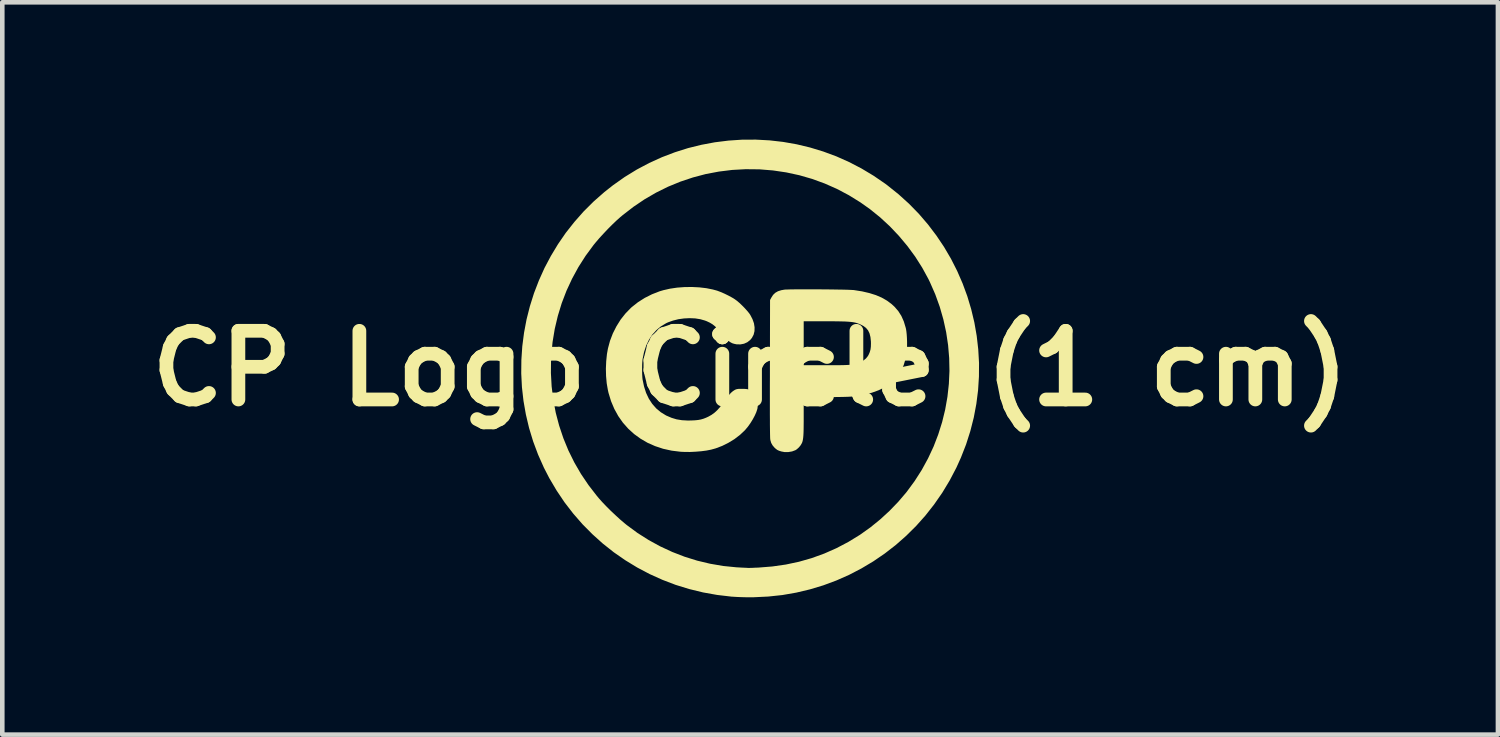
<source format=kicad_pcb>
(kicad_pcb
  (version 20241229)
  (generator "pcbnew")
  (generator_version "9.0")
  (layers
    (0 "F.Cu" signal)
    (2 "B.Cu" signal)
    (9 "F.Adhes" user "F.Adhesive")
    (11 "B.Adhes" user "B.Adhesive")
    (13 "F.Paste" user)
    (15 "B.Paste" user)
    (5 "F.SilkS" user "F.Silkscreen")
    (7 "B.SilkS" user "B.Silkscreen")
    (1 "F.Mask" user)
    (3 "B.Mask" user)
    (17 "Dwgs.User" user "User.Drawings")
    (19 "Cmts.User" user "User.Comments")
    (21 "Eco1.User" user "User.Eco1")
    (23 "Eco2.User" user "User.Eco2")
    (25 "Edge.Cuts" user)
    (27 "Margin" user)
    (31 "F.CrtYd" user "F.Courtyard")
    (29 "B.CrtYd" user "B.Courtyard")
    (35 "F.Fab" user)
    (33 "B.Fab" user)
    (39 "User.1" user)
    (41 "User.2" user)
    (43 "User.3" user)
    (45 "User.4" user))
  (footprint "CP Logo Circle (1 cm)"
    (layer "F.Cu")
    (at 13.336 4.998)
    (property "Reference" "CP Logo Circle (1 cm)" (at 0 0 0) (layer "F.SilkS") (effects (font (size 1.5 1.5) (thickness 0.3))))
    (attr board_only exclude_from_pos_files exclude_from_bom)
    (fp_poly (pts (xy 1.346 -1.728) (xy 1.458 -1.728) (xy 1.57 -1.727) (xy 1.681 -1.726) (xy 1.789 -1.725) (xy 1.891 -1.723) (xy 1.986 -1.722) (xy 2.072 -1.72) (xy 2.145 -1.718) (xy 2.205 -1.715) (xy 2.248 -1.713) (xy 2.27 -1.711) (xy 2.446 -1.683) (xy 2.605 -1.646) (xy 2.748 -1.601) (xy 2.876 -1.546) (xy 2.989 -1.481) (xy 3.09 -1.406) (xy 3.155 -1.346) (xy 3.237 -1.251) (xy 3.304 -1.145) (xy 3.357 -1.026) (xy 3.397 -0.893) (xy 3.405 -0.86) (xy 3.413 -0.809) (xy 3.42 -0.742) (xy 3.425 -0.667) (xy 3.428 -0.586) (xy 3.428 -0.507) (xy 3.427 -0.433) (xy 3.422 -0.371) (xy 3.421 -0.356) (xy 3.395 -0.209) (xy 3.355 -0.075) (xy 3.301 0.047) (xy 3.232 0.156) (xy 3.149 0.253) (xy 3.051 0.339) (xy 2.937 0.413) (xy 2.806 0.477) (xy 2.66 0.53) (xy 2.497 0.572) (xy 2.316 0.605) (xy 2.31 0.606) (xy 2.278 0.61) (xy 2.241 0.613) (xy 2.197 0.616) (xy 2.144 0.619) (xy 2.081 0.621) (xy 2.005 0.623) (xy 1.915 0.624) (xy 1.808 0.626) (xy 1.684 0.627) (xy 1.683 0.627) (xy 1.17 0.632) (xy 1.17 1.044) (xy 1.17 1.16) (xy 1.169 1.258) (xy 1.168 1.341) (xy 1.166 1.409) (xy 1.163 1.464) (xy 1.159 1.51) (xy 1.154 1.547) (xy 1.148 1.578) (xy 1.141 1.604) (xy 1.132 1.628) (xy 1.129 1.634) (xy 1.102 1.68) (xy 1.064 1.726) (xy 1.021 1.765) (xy 0.989 1.786) (xy 0.916 1.813) (xy 0.834 1.827) (xy 0.751 1.827) (xy 0.682 1.814) (xy 0.631 1.798) (xy 0.591 1.779) (xy 0.555 1.751) (xy 0.531 1.729) (xy 0.489 1.679) (xy 0.46 1.627) (xy 0.441 1.563) (xy 0.441 1.56) (xy 0.439 1.547) (xy 0.437 1.523) (xy 0.436 1.488) (xy 0.435 1.442) (xy 0.434 1.383) (xy 0.433 1.311) (xy 0.432 1.225) (xy 0.432 1.125) (xy 0.431 1.009) (xy 0.431 0.878) (xy 0.431 0.73) (xy 0.431 0.564) (xy 0.431 0.381) (xy 0.432 0.178) (xy 0.432 0.005) (xy 0.433 -0.55) (xy 1.17 -0.55) (xy 1.17 -0.07) (xy 1.653 -0.07) (xy 1.772 -0.07) (xy 1.873 -0.071) (xy 1.957 -0.071) (xy 2.027 -0.072) (xy 2.084 -0.074) (xy 2.13 -0.076) (xy 2.166 -0.078) (xy 2.195 -0.082) (xy 2.215 -0.085) (xy 2.318 -0.108) (xy 2.404 -0.137) (xy 2.474 -0.173) (xy 2.529 -0.217) (xy 2.572 -0.27) (xy 2.589 -0.301) (xy 2.613 -0.356) (xy 2.629 -0.412) (xy 2.637 -0.474) (xy 2.639 -0.548) (xy 2.638 -0.59) (xy 2.628 -0.685) (xy 2.608 -0.765) (xy 2.576 -0.831) (xy 2.531 -0.885) (xy 2.473 -0.928) (xy 2.437 -0.947) (xy 2.4 -0.965) (xy 2.364 -0.979) (xy 2.328 -0.992) (xy 2.29 -1.002) (xy 2.247 -1.01) (xy 2.199 -1.016) (xy 2.142 -1.021) (xy 2.075 -1.025) (xy 1.997 -1.027) (xy 1.905 -1.029) (xy 1.796 -1.03) (xy 1.671 -1.03) (xy 1.646 -1.03) (xy 1.17 -1.03) (xy 1.17 -0.55) (xy 0.433 -0.55) (xy 0.435 -1.495) (xy 0.462 -1.545) (xy 0.501 -1.606) (xy 0.549 -1.652) (xy 0.608 -1.686) (xy 0.681 -1.709) (xy 0.743 -1.72) (xy 0.77 -1.723) (xy 0.816 -1.724) (xy 0.877 -1.726) (xy 0.952 -1.727) (xy 1.039 -1.728) (xy 1.135 -1.728) (xy 1.238 -1.728)) (stroke (width 0) (type solid)) (fill yes) (layer "F.SilkS"))
    (fp_poly (pts (xy -1.112 -1.771) (xy -0.958 -1.753) (xy -0.814 -1.724) (xy -0.722 -1.699) (xy -0.648 -1.671) (xy -0.564 -1.635) (xy -0.478 -1.593) (xy -0.396 -1.549) (xy -0.336 -1.512) (xy -0.288 -1.477) (xy -0.233 -1.43) (xy -0.175 -1.375) (xy -0.118 -1.317) (xy -0.066 -1.259) (xy -0.022 -1.206) (xy 0.003 -1.169) (xy 0.051 -1.077) (xy 0.083 -0.987) (xy 0.097 -0.898) (xy 0.095 -0.815) (xy 0.076 -0.737) (xy 0.039 -0.667) (xy 0 -0.62) (xy -0.062 -0.572) (xy -0.133 -0.54) (xy -0.213 -0.525) (xy -0.297 -0.527) (xy -0.308 -0.529) (xy -0.351 -0.538) (xy -0.389 -0.55) (xy -0.426 -0.569) (xy -0.463 -0.594) (xy -0.503 -0.629) (xy -0.548 -0.676) (xy -0.6 -0.735) (xy -0.655 -0.8) (xy -0.714 -0.868) (xy -0.768 -0.921) (xy -0.822 -0.964) (xy -0.88 -0.999) (xy -0.948 -1.031) (xy -0.987 -1.046) (xy -1.088 -1.075) (xy -1.201 -1.093) (xy -1.321 -1.098) (xy -1.445 -1.092) (xy -1.567 -1.075) (xy -1.684 -1.046) (xy -1.793 -1.007) (xy -1.834 -0.988) (xy -1.948 -0.92) (xy -2.049 -0.836) (xy -2.137 -0.739) (xy -2.21 -0.627) (xy -2.271 -0.5) (xy -2.317 -0.361) (xy -2.349 -0.207) (xy -2.35 -0.2) (xy -2.355 -0.148) (xy -2.359 -0.083) (xy -2.36 -0.009) (xy -2.36 0.067) (xy -2.358 0.14) (xy -2.354 0.203) (xy -2.35 0.24) (xy -2.318 0.393) (xy -2.273 0.534) (xy -2.213 0.661) (xy -2.139 0.774) (xy -2.052 0.873) (xy -1.951 0.957) (xy -1.837 1.027) (xy -1.824 1.033) (xy -1.716 1.079) (xy -1.607 1.112) (xy -1.49 1.131) (xy -1.363 1.138) (xy -1.287 1.137) (xy -1.204 1.133) (xy -1.135 1.126) (xy -1.076 1.115) (xy -1.021 1.099) (xy -0.964 1.077) (xy -0.912 1.053) (xy -0.843 1.014) (xy -0.778 0.967) (xy -0.716 0.91) (xy -0.654 0.839) (xy -0.589 0.753) (xy -0.569 0.724) (xy -0.512 0.644) (xy -0.463 0.581) (xy -0.418 0.532) (xy -0.376 0.496) (xy -0.337 0.471) (xy -0.33 0.467) (xy -0.307 0.457) (xy -0.283 0.451) (xy -0.253 0.447) (xy -0.212 0.446) (xy -0.175 0.446) (xy -0.121 0.447) (xy -0.082 0.45) (xy -0.052 0.455) (xy -0.025 0.464) (xy -0.018 0.468) (xy 0.039 0.502) (xy 0.091 0.549) (xy 0.132 0.602) (xy 0.14 0.617) (xy 0.158 0.67) (xy 0.168 0.735) (xy 0.168 0.805) (xy 0.16 0.874) (xy 0.156 0.89) (xy 0.134 0.957) (xy 0.1 1.033) (xy 0.057 1.113) (xy 0.007 1.194) (xy -0.047 1.27) (xy -0.102 1.336) (xy -0.113 1.349) (xy -0.219 1.449) (xy -0.34 1.542) (xy -0.472 1.623) (xy -0.61 1.692) (xy -0.752 1.746) (xy -0.853 1.774) (xy -0.954 1.794) (xy -1.069 1.809) (xy -1.192 1.819) (xy -1.315 1.825) (xy -1.433 1.824) (xy -1.52 1.82) (xy -1.715 1.796) (xy -1.901 1.755) (xy -2.076 1.697) (xy -2.241 1.624) (xy -2.394 1.535) (xy -2.536 1.432) (xy -2.664 1.315) (xy -2.78 1.184) (xy -2.881 1.04) (xy -2.967 0.884) (xy -3.038 0.716) (xy -3.093 0.536) (xy -3.108 0.47) (xy -3.133 0.325) (xy -3.147 0.168) (xy -3.151 0.006) (xy -3.144 -0.156) (xy -3.128 -0.313) (xy -3.106 -0.436) (xy -3.061 -0.603) (xy -2.999 -0.765) (xy -2.92 -0.921) (xy -2.828 -1.068) (xy -2.722 -1.202) (xy -2.605 -1.322) (xy -2.585 -1.34) (xy -2.451 -1.446) (xy -2.303 -1.54) (xy -2.144 -1.62) (xy -1.98 -1.684) (xy -1.896 -1.709) (xy -1.751 -1.742) (xy -1.596 -1.765) (xy -1.435 -1.777) (xy -1.272 -1.779)) (stroke (width 0) (type solid)) (fill yes) (layer "F.SilkS"))
    (fp_poly (pts (xy 0.424 -4.982) (xy 0.721 -4.948) (xy 1.017 -4.896) (xy 1.309 -4.826) (xy 1.598 -4.738) (xy 1.882 -4.633) (xy 2.16 -4.509) (xy 2.432 -4.368) (xy 2.697 -4.209) (xy 2.954 -4.033) (xy 2.995 -4.002) (xy 3.24 -3.806) (xy 3.47 -3.598) (xy 3.685 -3.378) (xy 3.884 -3.146) (xy 4.067 -2.905) (xy 4.235 -2.655) (xy 4.387 -2.396) (xy 4.522 -2.13) (xy 4.641 -1.857) (xy 4.744 -1.577) (xy 4.829 -1.293) (xy 4.898 -1.004) (xy 4.949 -0.712) (xy 4.983 -0.416) (xy 5 -0.119) (xy 4.998 0.179) (xy 4.979 0.478) (xy 4.941 0.776) (xy 4.885 1.073) (xy 4.81 1.368) (xy 4.717 1.66) (xy 4.604 1.949) (xy 4.505 2.168) (xy 4.358 2.448) (xy 4.197 2.715) (xy 4.02 2.97) (xy 3.83 3.212) (xy 3.626 3.441) (xy 3.409 3.656) (xy 3.181 3.857) (xy 2.941 4.043) (xy 2.691 4.214) (xy 2.431 4.369) (xy 2.162 4.509) (xy 1.884 4.632) (xy 1.599 4.738) (xy 1.307 4.826) (xy 1.009 4.897) (xy 0.705 4.95) (xy 0.396 4.983) (xy 0.084 4.998) (xy -0.025 4.999) (xy -0.103 4.998) (xy -0.184 4.996) (xy -0.265 4.993) (xy -0.338 4.989) (xy -0.397 4.985) (xy -0.405 4.985) (xy -0.72 4.948) (xy -1.028 4.893) (xy -1.331 4.819) (xy -1.627 4.728) (xy -1.915 4.618) (xy -2.195 4.492) (xy -2.466 4.349) (xy -2.727 4.19) (xy -2.978 4.016) (xy -3.218 3.826) (xy -3.446 3.621) (xy -3.662 3.403) (xy -3.865 3.17) (xy -4.054 2.925) (xy -4.228 2.666) (xy -4.388 2.395) (xy -4.505 2.168) (xy -4.632 1.883) (xy -4.74 1.594) (xy -4.829 1.301) (xy -4.899 1.005) (xy -4.951 0.708) (xy -4.985 0.409) (xy -5 0.11) (xy -5 0.1) (xy -4.352 0.1) (xy -4.336 0.393) (xy -4.3 0.683) (xy -4.246 0.969) (xy -4.172 1.249) (xy -4.08 1.524) (xy -3.97 1.792) (xy -3.841 2.053) (xy -3.695 2.305) (xy -3.531 2.548) (xy -3.35 2.782) (xy -3.306 2.835) (xy -3.23 2.92) (xy -3.141 3.013) (xy -3.045 3.109) (xy -2.944 3.204) (xy -2.845 3.295) (xy -2.749 3.377) (xy -2.695 3.421) (xy -2.462 3.593) (xy -2.218 3.748) (xy -1.964 3.887) (xy -1.701 4.009) (xy -1.432 4.113) (xy -1.156 4.199) (xy -0.875 4.266) (xy -0.59 4.315) (xy -0.302 4.344) (xy -0.215 4.349) (xy -0.158 4.352) (xy -0.108 4.354) (xy -0.069 4.356) (xy -0.043 4.358) (xy -0.035 4.358) (xy -0.022 4.358) (xy 0.007 4.357) (xy 0.05 4.356) (xy 0.104 4.353) (xy 0.166 4.351) (xy 0.185 4.35) (xy 0.485 4.326) (xy 0.779 4.284) (xy 1.066 4.223) (xy 1.346 4.143) (xy 1.619 4.044) (xy 1.886 3.926) (xy 2.145 3.79) (xy 2.398 3.635) (xy 2.408 3.628) (xy 2.627 3.472) (xy 2.84 3.299) (xy 3.043 3.113) (xy 3.234 2.915) (xy 3.409 2.71) (xy 3.421 2.695) (xy 3.593 2.461) (xy 3.749 2.217) (xy 3.886 1.966) (xy 4.007 1.707) (xy 4.109 1.442) (xy 4.194 1.172) (xy 4.261 0.897) (xy 4.31 0.619) (xy 4.341 0.338) (xy 4.354 0.056) (xy 4.348 -0.227) (xy 4.324 -0.51) (xy 4.282 -0.791) (xy 4.221 -1.07) (xy 4.142 -1.346) (xy 4.044 -1.618) (xy 3.927 -1.885) (xy 3.894 -1.953) (xy 3.758 -2.202) (xy 3.605 -2.443) (xy 3.435 -2.674) (xy 3.25 -2.895) (xy 3.052 -3.104) (xy 2.84 -3.3) (xy 2.617 -3.48) (xy 2.408 -3.628) (xy 2.156 -3.784) (xy 1.897 -3.921) (xy 1.63 -4.039) (xy 1.356 -4.139) (xy 1.076 -4.22) (xy 0.79 -4.282) (xy 0.499 -4.325) (xy 0.203 -4.349) (xy 0.196 -4.349) (xy -0.1 -4.352) (xy -0.393 -4.336) (xy -0.683 -4.3) (xy -0.969 -4.246) (xy -1.249 -4.172) (xy -1.524 -4.08) (xy -1.792 -3.97) (xy -2.053 -3.841) (xy -2.305 -3.695) (xy -2.548 -3.531) (xy -2.782 -3.35) (xy -2.835 -3.306) (xy -2.92 -3.23) (xy -3.013 -3.141) (xy -3.109 -3.045) (xy -3.204 -2.944) (xy -3.295 -2.845) (xy -3.377 -2.749) (xy -3.421 -2.695) (xy -3.594 -2.46) (xy -3.751 -2.214) (xy -3.89 -1.959) (xy -4.012 -1.696) (xy -4.116 -1.425) (xy -4.201 -1.147) (xy -4.268 -0.864) (xy -4.316 -0.575) (xy -4.344 -0.283) (xy -4.349 -0.196) (xy -4.352 0.1) (xy -5 0.1) (xy -4.997 -0.188) (xy -4.977 -0.485) (xy -4.939 -0.779) (xy -4.884 -1.071) (xy -4.811 -1.359) (xy -4.722 -1.642) (xy -4.615 -1.92) (xy -4.493 -2.192) (xy -4.353 -2.456) (xy -4.198 -2.713) (xy -4.027 -2.962) (xy -3.839 -3.2) (xy -3.637 -3.429) (xy -3.418 -3.647) (xy -3.185 -3.852) (xy -2.995 -4.002) (xy -2.74 -4.182) (xy -2.476 -4.344) (xy -2.205 -4.488) (xy -1.927 -4.614) (xy -1.644 -4.722) (xy -1.356 -4.813) (xy -1.064 -4.885) (xy -0.77 -4.94) (xy -0.472 -4.977) (xy -0.174 -4.997) (xy 0.125 -4.998)) (stroke (width 0) (type solid)) (fill yes) (layer "F.SilkS")))
  (gr_rect
    (start -3 -3)
    (end 29.671 12.997)
    (stroke (width 0.1) (type default))
    (fill no)
    (layer "Edge.Cuts")))
</source>
